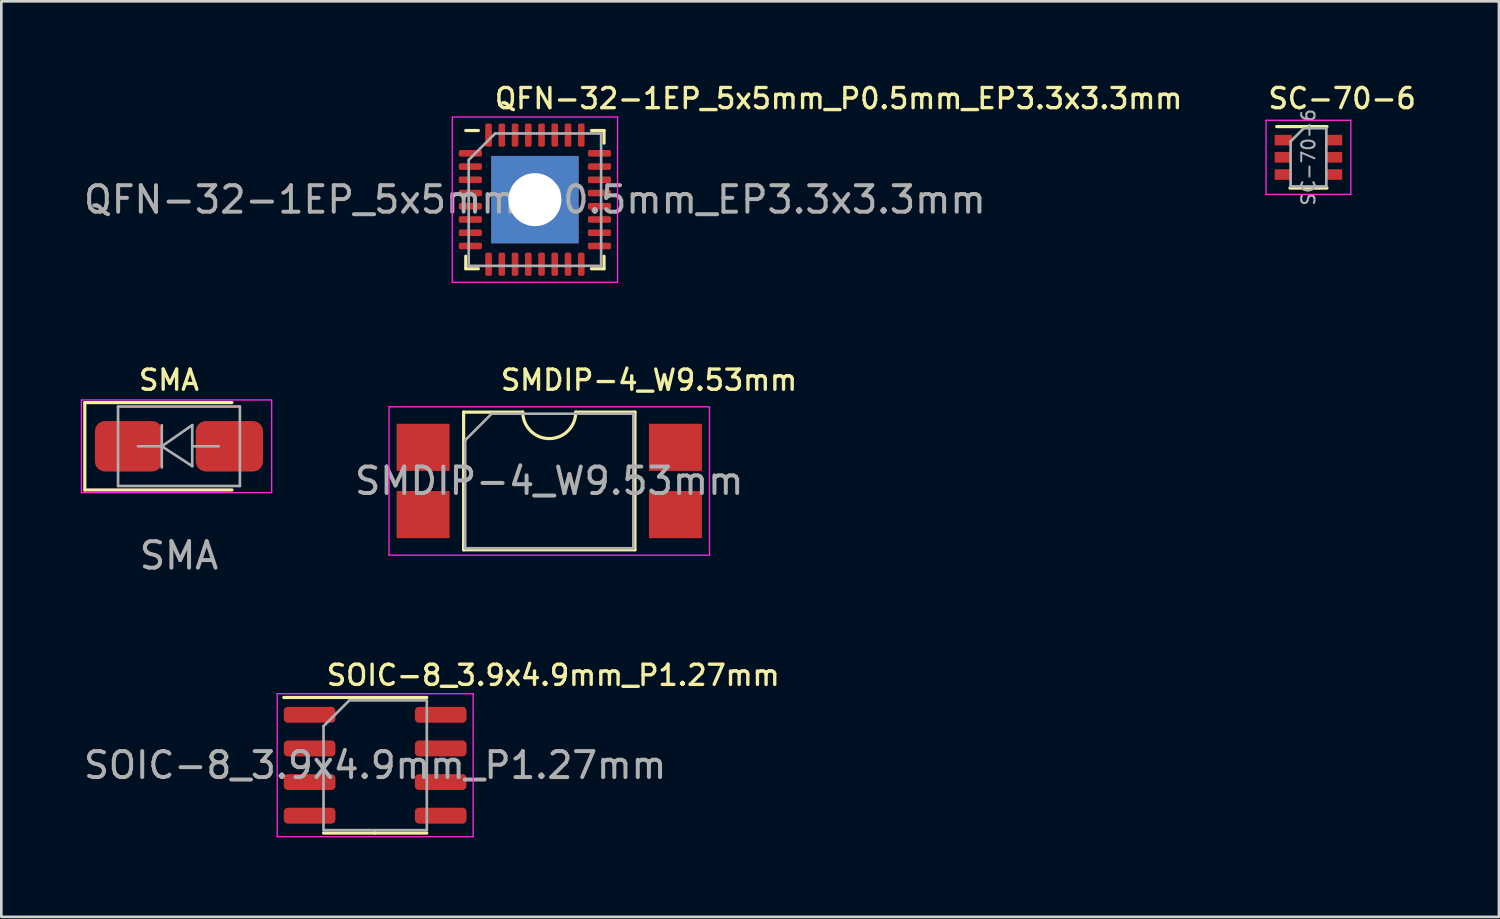
<source format=kicad_pcb>
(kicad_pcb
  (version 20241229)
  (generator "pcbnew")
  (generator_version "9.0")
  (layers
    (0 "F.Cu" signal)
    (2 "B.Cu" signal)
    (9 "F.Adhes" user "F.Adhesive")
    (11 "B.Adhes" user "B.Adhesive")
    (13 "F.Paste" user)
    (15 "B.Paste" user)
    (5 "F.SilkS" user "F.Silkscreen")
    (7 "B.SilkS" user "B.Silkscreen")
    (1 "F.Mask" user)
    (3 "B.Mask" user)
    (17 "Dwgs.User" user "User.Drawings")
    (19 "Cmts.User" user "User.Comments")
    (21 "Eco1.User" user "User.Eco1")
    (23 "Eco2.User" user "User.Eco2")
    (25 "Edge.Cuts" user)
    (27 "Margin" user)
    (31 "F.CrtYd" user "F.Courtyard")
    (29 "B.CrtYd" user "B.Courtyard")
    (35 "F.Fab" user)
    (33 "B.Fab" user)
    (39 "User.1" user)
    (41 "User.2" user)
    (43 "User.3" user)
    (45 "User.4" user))
  (footprint "SC-70-6"
    (layer "F.Cu")
    (at 46.359 2.891)
    (property "Reference" "SC-70-6" (at -1.587 -2.223 0) (layer "F.SilkS") (effects (font (size 0.762 0.762) (thickness 0.127)) (justify left)))
    (attr smd)
    (fp_line (start -0.7 1.16) (end 0.7 1.16) (stroke (width 0.12) (type solid)) (layer "F.SilkS"))
    (fp_line (start 0.7 -1.16) (end -1.2 -1.16) (stroke (width 0.12) (type solid)) (layer "F.SilkS"))
    (fp_line (start -1.6 -1.4) (end -1.6 1.4) (stroke (width 0.05) (type solid)) (layer "F.CrtYd"))
    (fp_line (start -1.6 -1.4) (end 1.6 -1.4) (stroke (width 0.05) (type solid)) (layer "F.CrtYd"))
    (fp_line (start -1.6 1.4) (end 1.6 1.4) (stroke (width 0.05) (type solid)) (layer "F.CrtYd"))
    (fp_line (start 1.6 1.4) (end 1.6 -1.4) (stroke (width 0.05) (type solid)) (layer "F.CrtYd"))
    (fp_line (start -0.675 -0.6) (end -0.675 1.1) (stroke (width 0.1) (type solid)) (layer "F.Fab"))
    (fp_line (start -0.175 -1.1) (end -0.675 -0.6) (stroke (width 0.1) (type solid)) (layer "F.Fab"))
    (fp_line (start 0.675 -1.1) (end -0.175 -1.1) (stroke (width 0.1) (type solid)) (layer "F.Fab"))
    (fp_line (start 0.675 -1.1) (end 0.675 1.1) (stroke (width 0.1) (type solid)) (layer "F.Fab"))
    (fp_line (start 0.675 1.1) (end -0.675 1.1) (stroke (width 0.1) (type solid)) (layer "F.Fab"))
    (fp_text user "${REFERENCE}" (at 0 0 90) (layer "F.Fab") (effects (font (size 0.5 0.5) (thickness 0.075))))
    (pad "1" smd rect (at -0.95 -0.65) (size 0.65 0.4) (layers "F.Cu" "F.Mask" "F.Paste"))
    (pad "2" smd rect (at -0.95 0) (size 0.65 0.4) (layers "F.Cu" "F.Mask" "F.Paste"))
    (pad "3" smd rect (at -0.95 0.65) (size 0.65 0.4) (layers "F.Cu" "F.Mask" "F.Paste"))
    (pad "4" smd rect (at 0.95 0.65) (size 0.65 0.4) (layers "F.Cu" "F.Mask" "F.Paste"))
    (pad "5" smd rect (at 0.95 0) (size 0.65 0.4) (layers "F.Cu" "F.Mask" "F.Paste"))
    (pad "6" smd rect (at 0.95 -0.65) (size 0.65 0.4) (layers "F.Cu" "F.Mask" "F.Paste")))
  (footprint "SMA"
    (layer "F.Cu")
    (at 3.708 13.802)
    (property "Reference" "SMA" (at -1.587 -2.5 0) (layer "F.SilkS") (effects (font (size 0.762 0.762) (thickness 0.127)) (justify left)))
    (attr smd)
    (fp_line (start -3.556 -1.65) (end -3.556 1.65) (stroke (width 0.12) (type solid)) (layer "F.SilkS"))
    (fp_line (start -3.556 -1.65) (end 2 -1.65) (stroke (width 0.12) (type solid)) (layer "F.SilkS"))
    (fp_line (start -3.556 1.65) (end 2 1.65) (stroke (width 0.12) (type solid)) (layer "F.SilkS"))
    (fp_line (start -3.683 -1.75) (end 3.5 -1.75) (stroke (width 0.05) (type solid)) (layer "F.CrtYd"))
    (fp_line (start -3.683 1.75) (end -3.683 -1.75) (stroke (width 0.05) (type solid)) (layer "F.CrtYd"))
    (fp_line (start 3.5 -1.75) (end 3.5 1.75) (stroke (width 0.05) (type solid)) (layer "F.CrtYd"))
    (fp_line (start 3.5 1.75) (end -3.683 1.75) (stroke (width 0.05) (type solid)) (layer "F.CrtYd"))
    (fp_line (start -2.3 1.5) (end -2.3 -1.5) (stroke (width 0.1) (type solid)) (layer "F.Fab"))
    (fp_line (start -0.649 -0.799) (end -0.649 0.801) (stroke (width 0.1) (type solid)) (layer "F.Fab"))
    (fp_line (start -0.649 0.001) (end -1.551 0.001) (stroke (width 0.1) (type solid)) (layer "F.Fab"))
    (fp_line (start -0.649 0.001) (end 0.501 -0.799) (stroke (width 0.1) (type solid)) (layer "F.Fab"))
    (fp_line (start -0.649 0.001) (end 0.501 0.75) (stroke (width 0.1) (type solid)) (layer "F.Fab"))
    (fp_line (start 0.501 0.001) (end 1.499 0.001) (stroke (width 0.1) (type solid)) (layer "F.Fab"))
    (fp_line (start 0.501 0.75) (end 0.501 -0.799) (stroke (width 0.1) (type solid)) (layer "F.Fab"))
    (fp_line (start 2.3 -1.5) (end -2.3 -1.5) (stroke (width 0.1) (type solid)) (layer "F.Fab"))
    (fp_line (start 2.3 -1.5) (end 2.3 1.5) (stroke (width 0.1) (type solid)) (layer "F.Fab"))
    (fp_line (start 2.3 1.5) (end -2.3 1.5) (stroke (width 0.1) (type solid)) (layer "F.Fab"))
    (fp_text user "${REFERENCE}" (at 0 4.128 0) (layer "F.Fab") (effects (font (size 1 1) (thickness 0.15))))
    (pad "1" smd roundrect (at -1.905 0) (size 2.54 1.905) (layers "F.Cu" "F.Mask" "F.Paste") (roundrect_rratio 0.2))
    (pad "2" smd roundrect (at 1.905 0) (size 2.54 1.905) (layers "F.Cu" "F.Mask" "F.Paste") (roundrect_rratio 0.2)))
  (footprint "QFN-32-1EP_5x5mm_P0.5mm_EP3.3x3.3mm"
    (layer "F.Cu")
    (at 17.149 4.489)
    (property "Reference" "QFN-32-1EP_5x5mm_P0.5mm_EP3.3x3.3mm" (at -1.587 -3.82 0) (layer "F.SilkS") (effects (font (size 0.762 0.762) (thickness 0.127)) (justify left)))
    (attr smd)
    (fp_line (start -2.61 2.61) (end -2.61 2.135) (stroke (width 0.12) (type solid)) (layer "F.SilkS"))
    (fp_line (start -2.135 -2.61) (end -2.61 -2.61) (stroke (width 0.12) (type solid)) (layer "F.SilkS"))
    (fp_line (start -2.135 2.61) (end -2.61 2.61) (stroke (width 0.12) (type solid)) (layer "F.SilkS"))
    (fp_line (start 2.135 -2.61) (end 2.61 -2.61) (stroke (width 0.12) (type solid)) (layer "F.SilkS"))
    (fp_line (start 2.135 2.61) (end 2.61 2.61) (stroke (width 0.12) (type solid)) (layer "F.SilkS"))
    (fp_line (start 2.61 -2.61) (end 2.61 -2.135) (stroke (width 0.12) (type solid)) (layer "F.SilkS"))
    (fp_line (start 2.61 2.61) (end 2.61 2.135) (stroke (width 0.12) (type solid)) (layer "F.SilkS"))
    (fp_line (start -3.12 -3.12) (end -3.12 3.12) (stroke (width 0.05) (type solid)) (layer "F.CrtYd"))
    (fp_line (start -3.12 3.12) (end 3.12 3.12) (stroke (width 0.05) (type solid)) (layer "F.CrtYd"))
    (fp_line (start 3.12 -3.12) (end -3.12 -3.12) (stroke (width 0.05) (type solid)) (layer "F.CrtYd"))
    (fp_line (start 3.12 3.12) (end 3.12 -3.12) (stroke (width 0.05) (type solid)) (layer "F.CrtYd"))
    (fp_line (start -2.5 -1.5) (end -1.5 -2.5) (stroke (width 0.1) (type solid)) (layer "F.Fab"))
    (fp_line (start -2.5 2.5) (end -2.5 -1.5) (stroke (width 0.1) (type solid)) (layer "F.Fab"))
    (fp_line (start -1.5 -2.5) (end 2.5 -2.5) (stroke (width 0.1) (type solid)) (layer "F.Fab"))
    (fp_line (start 2.5 -2.5) (end 2.5 2.5) (stroke (width 0.1) (type solid)) (layer "F.Fab"))
    (fp_line (start 2.5 2.5) (end -2.5 2.5) (stroke (width 0.1) (type solid)) (layer "F.Fab"))
    (fp_text user "${REFERENCE}" (at 0 0 0) (layer "F.Fab") (effects (font (size 1 1) (thickness 0.15))))
    (pad "1" smd roundrect (at -2.438 -1.75) (size 0.875 0.25) (layers "F.Cu" "F.Mask" "F.Paste") (roundrect_rratio 0.25))
    (pad "2" smd roundrect (at -2.438 -1.25) (size 0.875 0.25) (layers "F.Cu" "F.Mask" "F.Paste") (roundrect_rratio 0.25))
    (pad "3" smd roundrect (at -2.438 -0.75) (size 0.875 0.25) (layers "F.Cu" "F.Mask" "F.Paste") (roundrect_rratio 0.25))
    (pad "4" smd roundrect (at -2.438 -0.25) (size 0.875 0.25) (layers "F.Cu" "F.Mask" "F.Paste") (roundrect_rratio 0.25))
    (pad "5" smd roundrect (at -2.438 0.25) (size 0.875 0.25) (layers "F.Cu" "F.Mask" "F.Paste") (roundrect_rratio 0.25))
    (pad "6" smd roundrect (at -2.438 0.75) (size 0.875 0.25) (layers "F.Cu" "F.Mask" "F.Paste") (roundrect_rratio 0.25))
    (pad "7" smd roundrect (at -2.438 1.25) (size 0.875 0.25) (layers "F.Cu" "F.Mask" "F.Paste") (roundrect_rratio 0.25))
    (pad "8" smd roundrect (at -2.438 1.75) (size 0.875 0.25) (layers "F.Cu" "F.Mask" "F.Paste") (roundrect_rratio 0.25))
    (pad "9" smd roundrect (at -1.75 2.438) (size 0.25 0.875) (layers "F.Cu" "F.Mask" "F.Paste") (roundrect_rratio 0.25))
    (pad "10" smd roundrect (at -1.25 2.438) (size 0.25 0.875) (layers "F.Cu" "F.Mask" "F.Paste") (roundrect_rratio 0.25))
    (pad "11" smd roundrect (at -0.75 2.438) (size 0.25 0.875) (layers "F.Cu" "F.Mask" "F.Paste") (roundrect_rratio 0.25))
    (pad "12" smd roundrect (at -0.25 2.438) (size 0.25 0.875) (layers "F.Cu" "F.Mask" "F.Paste") (roundrect_rratio 0.25))
    (pad "13" smd roundrect (at 0.25 2.438) (size 0.25 0.875) (layers "F.Cu" "F.Mask" "F.Paste") (roundrect_rratio 0.25))
    (pad "14" smd roundrect (at 0.75 2.438) (size 0.25 0.875) (layers "F.Cu" "F.Mask" "F.Paste") (roundrect_rratio 0.25))
    (pad "15" smd roundrect (at 1.25 2.438) (size 0.25 0.875) (layers "F.Cu" "F.Mask" "F.Paste") (roundrect_rratio 0.25))
    (pad "16" smd roundrect (at 1.75 2.438) (size 0.25 0.875) (layers "F.Cu" "F.Mask" "F.Paste") (roundrect_rratio 0.25))
    (pad "17" smd roundrect (at 2.438 1.75) (size 0.875 0.25) (layers "F.Cu" "F.Mask" "F.Paste") (roundrect_rratio 0.25))
    (pad "18" smd roundrect (at 2.438 1.25) (size 0.875 0.25) (layers "F.Cu" "F.Mask" "F.Paste") (roundrect_rratio 0.25))
    (pad "19" smd roundrect (at 2.438 0.75) (size 0.875 0.25) (layers "F.Cu" "F.Mask" "F.Paste") (roundrect_rratio 0.25))
    (pad "20" smd roundrect (at 2.438 0.25) (size 0.875 0.25) (layers "F.Cu" "F.Mask" "F.Paste") (roundrect_rratio 0.25))
    (pad "21" smd roundrect (at 2.438 -0.25) (size 0.875 0.25) (layers "F.Cu" "F.Mask" "F.Paste") (roundrect_rratio 0.25))
    (pad "22" smd roundrect (at 2.438 -0.75) (size 0.875 0.25) (layers "F.Cu" "F.Mask" "F.Paste") (roundrect_rratio 0.25))
    (pad "23" smd roundrect (at 2.438 -1.25) (size 0.875 0.25) (layers "F.Cu" "F.Mask" "F.Paste") (roundrect_rratio 0.25))
    (pad "24" smd roundrect (at 2.438 -1.75) (size 0.875 0.25) (layers "F.Cu" "F.Mask" "F.Paste") (roundrect_rratio 0.25))
    (pad "25" smd roundrect (at 1.75 -2.438) (size 0.25 0.875) (layers "F.Cu" "F.Mask" "F.Paste") (roundrect_rratio 0.25))
    (pad "26" smd roundrect (at 1.25 -2.438) (size 0.25 0.875) (layers "F.Cu" "F.Mask" "F.Paste") (roundrect_rratio 0.25))
    (pad "27" smd roundrect (at 0.75 -2.438) (size 0.25 0.875) (layers "F.Cu" "F.Mask" "F.Paste") (roundrect_rratio 0.25))
    (pad "28" smd roundrect (at 0.25 -2.438) (size 0.25 0.875) (layers "F.Cu" "F.Mask" "F.Paste") (roundrect_rratio 0.25))
    (pad "29" smd roundrect (at -0.25 -2.438) (size 0.25 0.875) (layers "F.Cu" "F.Mask" "F.Paste") (roundrect_rratio 0.25))
    (pad "30" smd roundrect (at -0.75 -2.438) (size 0.25 0.875) (layers "F.Cu" "F.Mask" "F.Paste") (roundrect_rratio 0.25))
    (pad "31" smd roundrect (at -1.25 -2.438) (size 0.25 0.875) (layers "F.Cu" "F.Mask" "F.Paste") (roundrect_rratio 0.25))
    (pad "32" smd roundrect (at -1.75 -2.438) (size 0.25 0.875) (layers "F.Cu" "F.Mask" "F.Paste") (roundrect_rratio 0.25))
    (pad "33" thru_hole rect (at 0 0) (size 3.3 3.3) (drill 2) (layers "*.Cu" "*.Mask")))
  (footprint "SOIC-8_3.9x4.9mm_P1.27mm"
    (layer "F.Cu")
    (at 11.117 25.847)
    (property "Reference" "SOIC-8_3.9x4.9mm_P1.27mm" (at -1.905 -3.4 0) (layer "F.SilkS") (effects (font (size 0.762 0.762) (thickness 0.127)) (justify left)))
    (attr smd)
    (fp_line (start 0 -2.56) (end -3.45 -2.56) (stroke (width 0.12) (type solid)) (layer "F.SilkS"))
    (fp_line (start 0 -2.56) (end 1.95 -2.56) (stroke (width 0.12) (type solid)) (layer "F.SilkS"))
    (fp_line (start 0 2.56) (end -1.95 2.56) (stroke (width 0.12) (type solid)) (layer "F.SilkS"))
    (fp_line (start 0 2.56) (end 1.95 2.56) (stroke (width 0.12) (type solid)) (layer "F.SilkS"))
    (fp_line (start -3.7 -2.7) (end -3.7 2.7) (stroke (width 0.05) (type solid)) (layer "F.CrtYd"))
    (fp_line (start -3.7 2.7) (end 3.7 2.7) (stroke (width 0.05) (type solid)) (layer "F.CrtYd"))
    (fp_line (start 3.7 -2.7) (end -3.7 -2.7) (stroke (width 0.05) (type solid)) (layer "F.CrtYd"))
    (fp_line (start 3.7 2.7) (end 3.7 -2.7) (stroke (width 0.05) (type solid)) (layer "F.CrtYd"))
    (fp_line (start -1.95 -1.475) (end -0.975 -2.45) (stroke (width 0.1) (type solid)) (layer "F.Fab"))
    (fp_line (start -1.95 2.45) (end -1.95 -1.475) (stroke (width 0.1) (type solid)) (layer "F.Fab"))
    (fp_line (start -0.975 -2.45) (end 1.95 -2.45) (stroke (width 0.1) (type solid)) (layer "F.Fab"))
    (fp_line (start 1.95 -2.45) (end 1.95 2.45) (stroke (width 0.1) (type solid)) (layer "F.Fab"))
    (fp_line (start 1.95 2.45) (end -1.95 2.45) (stroke (width 0.1) (type solid)) (layer "F.Fab"))
    (fp_text user "${REFERENCE}" (at 0 0 0) (layer "F.Fab") (effects (font (size 0.98 0.98) (thickness 0.15))))
    (pad "1" smd roundrect (at -2.475 -1.905) (size 1.95 0.6) (layers "F.Cu" "F.Mask" "F.Paste") (roundrect_rratio 0.25))
    (pad "2" smd roundrect (at -2.475 -0.635) (size 1.95 0.6) (layers "F.Cu" "F.Mask" "F.Paste") (roundrect_rratio 0.25))
    (pad "3" smd roundrect (at -2.475 0.635) (size 1.95 0.6) (layers "F.Cu" "F.Mask" "F.Paste") (roundrect_rratio 0.25))
    (pad "4" smd roundrect (at -2.475 1.905) (size 1.95 0.6) (layers "F.Cu" "F.Mask" "F.Paste") (roundrect_rratio 0.25))
    (pad "5" smd roundrect (at 2.475 1.905) (size 1.95 0.6) (layers "F.Cu" "F.Mask" "F.Paste") (roundrect_rratio 0.25))
    (pad "6" smd roundrect (at 2.475 0.635) (size 1.95 0.6) (layers "F.Cu" "F.Mask" "F.Paste") (roundrect_rratio 0.25))
    (pad "7" smd roundrect (at 2.475 -0.635) (size 1.95 0.6) (layers "F.Cu" "F.Mask" "F.Paste") (roundrect_rratio 0.25))
    (pad "8" smd roundrect (at 2.475 -1.905) (size 1.95 0.6) (layers "F.Cu" "F.Mask" "F.Paste") (roundrect_rratio 0.25)))
  (footprint "SMDIP-4_W9.53mm"
    (layer "F.Cu")
    (at 17.691 15.112)
    (property "Reference" "SMDIP-4_W9.53mm" (at -1.905 -3.81 0) (layer "F.SilkS") (effects (font (size 0.762 0.762) (thickness 0.127)) (justify left)))
    (attr smd)
    (fp_line (start -3.235 -2.6) (end -3.235 2.6) (stroke (width 0.12) (type solid)) (layer "F.SilkS"))
    (fp_line (start -3.235 2.6) (end 3.235 2.6) (stroke (width 0.12) (type solid)) (layer "F.SilkS"))
    (fp_line (start -1 -2.6) (end -3.235 -2.6) (stroke (width 0.12) (type solid)) (layer "F.SilkS"))
    (fp_line (start 3.235 -2.6) (end 1 -2.6) (stroke (width 0.12) (type solid)) (layer "F.SilkS"))
    (fp_line (start 3.235 2.6) (end 3.235 -2.6) (stroke (width 0.12) (type solid)) (layer "F.SilkS"))
    (fp_arc (start 1 -2.6) (mid 0 -1.6) (end -1 -2.6) (stroke (width 0.12) (type solid)) (layer "F.SilkS"))
    (fp_line (start -6.05 -2.8) (end -6.05 2.8) (stroke (width 0.05) (type solid)) (layer "F.CrtYd"))
    (fp_line (start -6.05 2.8) (end 6.05 2.8) (stroke (width 0.05) (type solid)) (layer "F.CrtYd"))
    (fp_line (start 6.05 -2.8) (end -6.05 -2.8) (stroke (width 0.05) (type solid)) (layer "F.CrtYd"))
    (fp_line (start 6.05 2.8) (end 6.05 -2.8) (stroke (width 0.05) (type solid)) (layer "F.CrtYd"))
    (fp_line (start -3.175 -1.54) (end -2.175 -2.54) (stroke (width 0.1) (type solid)) (layer "F.Fab"))
    (fp_line (start -3.175 2.54) (end -3.175 -1.54) (stroke (width 0.1) (type solid)) (layer "F.Fab"))
    (fp_line (start -2.175 -2.54) (end 3.175 -2.54) (stroke (width 0.1) (type solid)) (layer "F.Fab"))
    (fp_line (start 3.175 -2.54) (end 3.175 2.54) (stroke (width 0.1) (type solid)) (layer "F.Fab"))
    (fp_line (start 3.175 2.54) (end -3.175 2.54) (stroke (width 0.1) (type solid)) (layer "F.Fab"))
    (fp_text user "${REFERENCE}" (at 0 0 0) (layer "F.Fab") (effects (font (size 1 1) (thickness 0.15))))
    (pad "1" smd rect (at -4.765 -1.27) (size 2 1.78) (layers "F.Cu" "F.Mask" "F.Paste"))
    (pad "2" smd rect (at -4.765 1.27) (size 2 1.78) (layers "F.Cu" "F.Mask" "F.Paste"))
    (pad "3" smd rect (at 4.765 1.27) (size 2 1.78) (layers "F.Cu" "F.Mask" "F.Paste"))
    (pad "4" smd rect (at 4.765 -1.27) (size 2 1.78) (layers "F.Cu" "F.Mask" "F.Paste")))
  (gr_rect
    (start -3 -3)
    (end 53.552 31.572)
    (stroke (width 0.1) (type default))
    (fill no)
    (layer "Edge.Cuts")))
</source>
